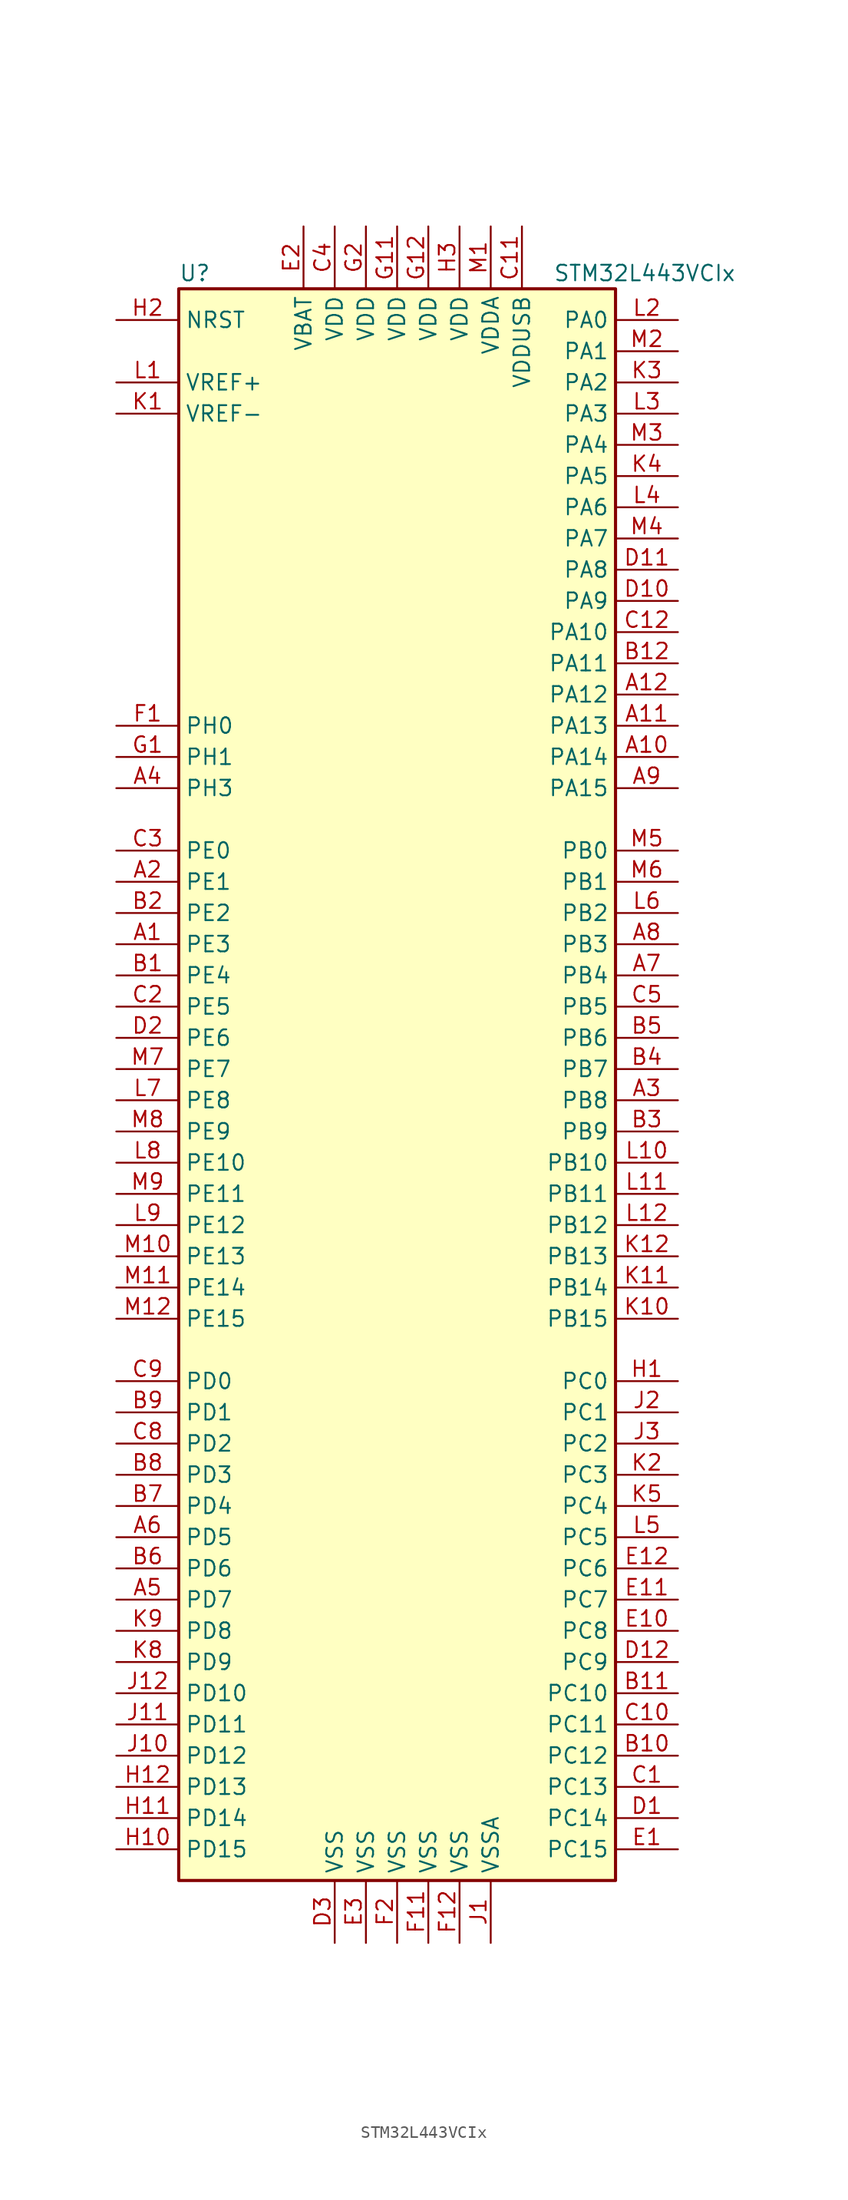
<source format=kicad_sym>
(kicad_symbol_lib
  (version 20201005)
  (generator kicad_symbol_editor)
  (symbol "STM32L443VCIx"
    (property "Reference" "U"
      (at -17.78 64.77 0)
      (effects (font (size 1.27 1.27)) (justify left)))
    (property "Value" "STM32L443VCIx"
      (at 12.7 64.77 0)
      (effects (font (size 1.27 1.27)) (justify left)))
    (symbol "STM32L443VCIx_0_1"
      (rectangle (start -17.78 -66.04) (end 17.78 63.5) (stroke (width 0.254)) (fill (type background))))
    (symbol "STM32L443VCIx_1_1"
      (pin input line (at -22.86 60.96 0) (length 5.08) (name "NRST" (effects (font (size 1.27 1.27)))) (number "H2" (effects (font (size 1.27 1.27)))))
      (pin bidirectional line (at 22.86 60.96 180) (length 5.08) (name "PA0" (effects (font (size 1.27 1.27)))) (number "L2" (effects (font (size 1.27 1.27)))))
      (pin bidirectional line (at 22.86 58.42 180) (length 5.08) (name "PA1" (effects (font (size 1.27 1.27)))) (number "M2" (effects (font (size 1.27 1.27)))))
      (pin bidirectional line (at 22.86 35.56 180) (length 5.08) (name "PA10" (effects (font (size 1.27 1.27)))) (number "C12" (effects (font (size 1.27 1.27)))))
      (pin bidirectional line (at 22.86 33.02 180) (length 5.08) (name "PA11" (effects (font (size 1.27 1.27)))) (number "B12" (effects (font (size 1.27 1.27)))))
      (pin bidirectional line (at 22.86 30.48 180) (length 5.08) (name "PA12" (effects (font (size 1.27 1.27)))) (number "A12" (effects (font (size 1.27 1.27)))))
      (pin bidirectional line (at 22.86 27.94 180) (length 5.08) (name "PA13" (effects (font (size 1.27 1.27)))) (number "A11" (effects (font (size 1.27 1.27)))))
      (pin bidirectional line (at 22.86 25.4 180) (length 5.08) (name "PA14" (effects (font (size 1.27 1.27)))) (number "A10" (effects (font (size 1.27 1.27)))))
      (pin bidirectional line (at 22.86 22.86 180) (length 5.08) (name "PA15" (effects (font (size 1.27 1.27)))) (number "A9" (effects (font (size 1.27 1.27)))))
      (pin bidirectional line (at 22.86 55.88 180) (length 5.08) (name "PA2" (effects (font (size 1.27 1.27)))) (number "K3" (effects (font (size 1.27 1.27)))))
      (pin bidirectional line (at 22.86 53.34 180) (length 5.08) (name "PA3" (effects (font (size 1.27 1.27)))) (number "L3" (effects (font (size 1.27 1.27)))))
      (pin bidirectional line (at 22.86 50.8 180) (length 5.08) (name "PA4" (effects (font (size 1.27 1.27)))) (number "M3" (effects (font (size 1.27 1.27)))))
      (pin bidirectional line (at 22.86 48.26 180) (length 5.08) (name "PA5" (effects (font (size 1.27 1.27)))) (number "K4" (effects (font (size 1.27 1.27)))))
      (pin bidirectional line (at 22.86 45.72 180) (length 5.08) (name "PA6" (effects (font (size 1.27 1.27)))) (number "L4" (effects (font (size 1.27 1.27)))))
      (pin bidirectional line (at 22.86 43.18 180) (length 5.08) (name "PA7" (effects (font (size 1.27 1.27)))) (number "M4" (effects (font (size 1.27 1.27)))))
      (pin bidirectional line (at 22.86 40.64 180) (length 5.08) (name "PA8" (effects (font (size 1.27 1.27)))) (number "D11" (effects (font (size 1.27 1.27)))))
      (pin bidirectional line (at 22.86 38.1 180) (length 5.08) (name "PA9" (effects (font (size 1.27 1.27)))) (number "D10" (effects (font (size 1.27 1.27)))))
      (pin bidirectional line (at 22.86 17.78 180) (length 5.08) (name "PB0" (effects (font (size 1.27 1.27)))) (number "M5" (effects (font (size 1.27 1.27)))))
      (pin bidirectional line (at 22.86 15.24 180) (length 5.08) (name "PB1" (effects (font (size 1.27 1.27)))) (number "M6" (effects (font (size 1.27 1.27)))))
      (pin bidirectional line (at 22.86 -7.62 180) (length 5.08) (name "PB10" (effects (font (size 1.27 1.27)))) (number "L10" (effects (font (size 1.27 1.27)))))
      (pin bidirectional line (at 22.86 -10.16 180) (length 5.08) (name "PB11" (effects (font (size 1.27 1.27)))) (number "L11" (effects (font (size 1.27 1.27)))))
      (pin bidirectional line (at 22.86 -12.7 180) (length 5.08) (name "PB12" (effects (font (size 1.27 1.27)))) (number "L12" (effects (font (size 1.27 1.27)))))
      (pin bidirectional line (at 22.86 -15.24 180) (length 5.08) (name "PB13" (effects (font (size 1.27 1.27)))) (number "K12" (effects (font (size 1.27 1.27)))))
      (pin bidirectional line (at 22.86 -17.78 180) (length 5.08) (name "PB14" (effects (font (size 1.27 1.27)))) (number "K11" (effects (font (size 1.27 1.27)))))
      (pin bidirectional line (at 22.86 -20.32 180) (length 5.08) (name "PB15" (effects (font (size 1.27 1.27)))) (number "K10" (effects (font (size 1.27 1.27)))))
      (pin bidirectional line (at 22.86 12.7 180) (length 5.08) (name "PB2" (effects (font (size 1.27 1.27)))) (number "L6" (effects (font (size 1.27 1.27)))))
      (pin bidirectional line (at 22.86 10.16 180) (length 5.08) (name "PB3" (effects (font (size 1.27 1.27)))) (number "A8" (effects (font (size 1.27 1.27)))))
      (pin bidirectional line (at 22.86 7.62 180) (length 5.08) (name "PB4" (effects (font (size 1.27 1.27)))) (number "A7" (effects (font (size 1.27 1.27)))))
      (pin bidirectional line (at 22.86 5.08 180) (length 5.08) (name "PB5" (effects (font (size 1.27 1.27)))) (number "C5" (effects (font (size 1.27 1.27)))))
      (pin bidirectional line (at 22.86 2.54 180) (length 5.08) (name "PB6" (effects (font (size 1.27 1.27)))) (number "B5" (effects (font (size 1.27 1.27)))))
      (pin bidirectional line (at 22.86 0 180) (length 5.08) (name "PB7" (effects (font (size 1.27 1.27)))) (number "B4" (effects (font (size 1.27 1.27)))))
      (pin bidirectional line (at 22.86 -2.54 180) (length 5.08) (name "PB8" (effects (font (size 1.27 1.27)))) (number "A3" (effects (font (size 1.27 1.27)))))
      (pin bidirectional line (at 22.86 -5.08 180) (length 5.08) (name "PB9" (effects (font (size 1.27 1.27)))) (number "B3" (effects (font (size 1.27 1.27)))))
      (pin bidirectional line (at 22.86 -25.4 180) (length 5.08) (name "PC0" (effects (font (size 1.27 1.27)))) (number "H1" (effects (font (size 1.27 1.27)))))
      (pin bidirectional line (at 22.86 -27.94 180) (length 5.08) (name "PC1" (effects (font (size 1.27 1.27)))) (number "J2" (effects (font (size 1.27 1.27)))))
      (pin bidirectional line (at 22.86 -50.8 180) (length 5.08) (name "PC10" (effects (font (size 1.27 1.27)))) (number "B11" (effects (font (size 1.27 1.27)))))
      (pin bidirectional line (at 22.86 -53.34 180) (length 5.08) (name "PC11" (effects (font (size 1.27 1.27)))) (number "C10" (effects (font (size 1.27 1.27)))))
      (pin bidirectional line (at 22.86 -55.88 180) (length 5.08) (name "PC12" (effects (font (size 1.27 1.27)))) (number "B10" (effects (font (size 1.27 1.27)))))
      (pin bidirectional line (at 22.86 -58.42 180) (length 5.08) (name "PC13" (effects (font (size 1.27 1.27)))) (number "C1" (effects (font (size 1.27 1.27)))))
      (pin bidirectional line (at 22.86 -60.96 180) (length 5.08) (name "PC14" (effects (font (size 1.27 1.27)))) (number "D1" (effects (font (size 1.27 1.27)))))
      (pin bidirectional line (at 22.86 -63.5 180) (length 5.08) (name "PC15" (effects (font (size 1.27 1.27)))) (number "E1" (effects (font (size 1.27 1.27)))))
      (pin bidirectional line (at 22.86 -30.48 180) (length 5.08) (name "PC2" (effects (font (size 1.27 1.27)))) (number "J3" (effects (font (size 1.27 1.27)))))
      (pin bidirectional line (at 22.86 -33.02 180) (length 5.08) (name "PC3" (effects (font (size 1.27 1.27)))) (number "K2" (effects (font (size 1.27 1.27)))))
      (pin bidirectional line (at 22.86 -35.56 180) (length 5.08) (name "PC4" (effects (font (size 1.27 1.27)))) (number "K5" (effects (font (size 1.27 1.27)))))
      (pin bidirectional line (at 22.86 -38.1 180) (length 5.08) (name "PC5" (effects (font (size 1.27 1.27)))) (number "L5" (effects (font (size 1.27 1.27)))))
      (pin bidirectional line (at 22.86 -40.64 180) (length 5.08) (name "PC6" (effects (font (size 1.27 1.27)))) (number "E12" (effects (font (size 1.27 1.27)))))
      (pin bidirectional line (at 22.86 -43.18 180) (length 5.08) (name "PC7" (effects (font (size 1.27 1.27)))) (number "E11" (effects (font (size 1.27 1.27)))))
      (pin bidirectional line (at 22.86 -45.72 180) (length 5.08) (name "PC8" (effects (font (size 1.27 1.27)))) (number "E10" (effects (font (size 1.27 1.27)))))
      (pin bidirectional line (at 22.86 -48.26 180) (length 5.08) (name "PC9" (effects (font (size 1.27 1.27)))) (number "D12" (effects (font (size 1.27 1.27)))))
      (pin bidirectional line (at -22.86 -25.4 0) (length 5.08) (name "PD0" (effects (font (size 1.27 1.27)))) (number "C9" (effects (font (size 1.27 1.27)))))
      (pin bidirectional line (at -22.86 -27.94 0) (length 5.08) (name "PD1" (effects (font (size 1.27 1.27)))) (number "B9" (effects (font (size 1.27 1.27)))))
      (pin bidirectional line (at -22.86 -50.8 0) (length 5.08) (name "PD10" (effects (font (size 1.27 1.27)))) (number "J12" (effects (font (size 1.27 1.27)))))
      (pin bidirectional line (at -22.86 -53.34 0) (length 5.08) (name "PD11" (effects (font (size 1.27 1.27)))) (number "J11" (effects (font (size 1.27 1.27)))))
      (pin bidirectional line (at -22.86 -55.88 0) (length 5.08) (name "PD12" (effects (font (size 1.27 1.27)))) (number "J10" (effects (font (size 1.27 1.27)))))
      (pin bidirectional line (at -22.86 -58.42 0) (length 5.08) (name "PD13" (effects (font (size 1.27 1.27)))) (number "H12" (effects (font (size 1.27 1.27)))))
      (pin bidirectional line (at -22.86 -60.96 0) (length 5.08) (name "PD14" (effects (font (size 1.27 1.27)))) (number "H11" (effects (font (size 1.27 1.27)))))
      (pin bidirectional line (at -22.86 -63.5 0) (length 5.08) (name "PD15" (effects (font (size 1.27 1.27)))) (number "H10" (effects (font (size 1.27 1.27)))))
      (pin bidirectional line (at -22.86 -30.48 0) (length 5.08) (name "PD2" (effects (font (size 1.27 1.27)))) (number "C8" (effects (font (size 1.27 1.27)))))
      (pin bidirectional line (at -22.86 -33.02 0) (length 5.08) (name "PD3" (effects (font (size 1.27 1.27)))) (number "B8" (effects (font (size 1.27 1.27)))))
      (pin bidirectional line (at -22.86 -35.56 0) (length 5.08) (name "PD4" (effects (font (size 1.27 1.27)))) (number "B7" (effects (font (size 1.27 1.27)))))
      (pin bidirectional line (at -22.86 -38.1 0) (length 5.08) (name "PD5" (effects (font (size 1.27 1.27)))) (number "A6" (effects (font (size 1.27 1.27)))))
      (pin bidirectional line (at -22.86 -40.64 0) (length 5.08) (name "PD6" (effects (font (size 1.27 1.27)))) (number "B6" (effects (font (size 1.27 1.27)))))
      (pin bidirectional line (at -22.86 -43.18 0) (length 5.08) (name "PD7" (effects (font (size 1.27 1.27)))) (number "A5" (effects (font (size 1.27 1.27)))))
      (pin bidirectional line (at -22.86 -45.72 0) (length 5.08) (name "PD8" (effects (font (size 1.27 1.27)))) (number "K9" (effects (font (size 1.27 1.27)))))
      (pin bidirectional line (at -22.86 -48.26 0) (length 5.08) (name "PD9" (effects (font (size 1.27 1.27)))) (number "K8" (effects (font (size 1.27 1.27)))))
      (pin bidirectional line (at -22.86 17.78 0) (length 5.08) (name "PE0" (effects (font (size 1.27 1.27)))) (number "C3" (effects (font (size 1.27 1.27)))))
      (pin bidirectional line (at -22.86 15.24 0) (length 5.08) (name "PE1" (effects (font (size 1.27 1.27)))) (number "A2" (effects (font (size 1.27 1.27)))))
      (pin bidirectional line (at -22.86 -7.62 0) (length 5.08) (name "PE10" (effects (font (size 1.27 1.27)))) (number "L8" (effects (font (size 1.27 1.27)))))
      (pin bidirectional line (at -22.86 -10.16 0) (length 5.08) (name "PE11" (effects (font (size 1.27 1.27)))) (number "M9" (effects (font (size 1.27 1.27)))))
      (pin bidirectional line (at -22.86 -12.7 0) (length 5.08) (name "PE12" (effects (font (size 1.27 1.27)))) (number "L9" (effects (font (size 1.27 1.27)))))
      (pin bidirectional line (at -22.86 -15.24 0) (length 5.08) (name "PE13" (effects (font (size 1.27 1.27)))) (number "M10" (effects (font (size 1.27 1.27)))))
      (pin bidirectional line (at -22.86 -17.78 0) (length 5.08) (name "PE14" (effects (font (size 1.27 1.27)))) (number "M11" (effects (font (size 1.27 1.27)))))
      (pin bidirectional line (at -22.86 -20.32 0) (length 5.08) (name "PE15" (effects (font (size 1.27 1.27)))) (number "M12" (effects (font (size 1.27 1.27)))))
      (pin bidirectional line (at -22.86 12.7 0) (length 5.08) (name "PE2" (effects (font (size 1.27 1.27)))) (number "B2" (effects (font (size 1.27 1.27)))))
      (pin bidirectional line (at -22.86 10.16 0) (length 5.08) (name "PE3" (effects (font (size 1.27 1.27)))) (number "A1" (effects (font (size 1.27 1.27)))))
      (pin bidirectional line (at -22.86 7.62 0) (length 5.08) (name "PE4" (effects (font (size 1.27 1.27)))) (number "B1" (effects (font (size 1.27 1.27)))))
      (pin bidirectional line (at -22.86 5.08 0) (length 5.08) (name "PE5" (effects (font (size 1.27 1.27)))) (number "C2" (effects (font (size 1.27 1.27)))))
      (pin bidirectional line (at -22.86 2.54 0) (length 5.08) (name "PE6" (effects (font (size 1.27 1.27)))) (number "D2" (effects (font (size 1.27 1.27)))))
      (pin bidirectional line (at -22.86 0 0) (length 5.08) (name "PE7" (effects (font (size 1.27 1.27)))) (number "M7" (effects (font (size 1.27 1.27)))))
      (pin bidirectional line (at -22.86 -2.54 0) (length 5.08) (name "PE8" (effects (font (size 1.27 1.27)))) (number "L7" (effects (font (size 1.27 1.27)))))
      (pin bidirectional line (at -22.86 -5.08 0) (length 5.08) (name "PE9" (effects (font (size 1.27 1.27)))) (number "M8" (effects (font (size 1.27 1.27)))))
      (pin input line (at -22.86 27.94 0) (length 5.08) (name "PH0" (effects (font (size 1.27 1.27)))) (number "F1" (effects (font (size 1.27 1.27)))))
      (pin input line (at -22.86 25.4 0) (length 5.08) (name "PH1" (effects (font (size 1.27 1.27)))) (number "G1" (effects (font (size 1.27 1.27)))))
      (pin bidirectional line (at -22.86 22.86 0) (length 5.08) (name "PH3" (effects (font (size 1.27 1.27)))) (number "A4" (effects (font (size 1.27 1.27)))))
      (pin power_in line (at -7.62 68.58 270) (length 5.08) (name "VBAT" (effects (font (size 1.27 1.27)))) (number "E2" (effects (font (size 1.27 1.27)))))
      (pin power_in line (at -5.08 68.58 270) (length 5.08) (name "VDD" (effects (font (size 1.27 1.27)))) (number "C4" (effects (font (size 1.27 1.27)))))
      (pin power_in line (at 0 68.58 270) (length 5.08) (name "VDD" (effects (font (size 1.27 1.27)))) (number "G11" (effects (font (size 1.27 1.27)))))
      (pin power_in line (at 2.54 68.58 270) (length 5.08) (name "VDD" (effects (font (size 1.27 1.27)))) (number "G12" (effects (font (size 1.27 1.27)))))
      (pin power_in line (at -2.54 68.58 270) (length 5.08) (name "VDD" (effects (font (size 1.27 1.27)))) (number "G2" (effects (font (size 1.27 1.27)))))
      (pin power_in line (at 5.08 68.58 270) (length 5.08) (name "VDD" (effects (font (size 1.27 1.27)))) (number "H3" (effects (font (size 1.27 1.27)))))
      (pin power_in line (at 7.62 68.58 270) (length 5.08) (name "VDDA" (effects (font (size 1.27 1.27)))) (number "M1" (effects (font (size 1.27 1.27)))))
      (pin power_in line (at 10.16 68.58 270) (length 5.08) (name "VDDUSB" (effects (font (size 1.27 1.27)))) (number "C11" (effects (font (size 1.27 1.27)))))
      (pin bidirectional line (at -22.86 55.88 0) (length 5.08) (name "VREF+" (effects (font (size 1.27 1.27)))) (number "L1" (effects (font (size 1.27 1.27)))))
      (pin power_in line (at -22.86 53.34 0) (length 5.08) (name "VREF-" (effects (font (size 1.27 1.27)))) (number "K1" (effects (font (size 1.27 1.27)))))
      (pin power_in line (at -5.08 -71.12 90) (length 5.08) (name "VSS" (effects (font (size 1.27 1.27)))) (number "D3" (effects (font (size 1.27 1.27)))))
      (pin power_in line (at -2.54 -71.12 90) (length 5.08) (name "VSS" (effects (font (size 1.27 1.27)))) (number "E3" (effects (font (size 1.27 1.27)))))
      (pin power_in line (at 2.54 -71.12 90) (length 5.08) (name "VSS" (effects (font (size 1.27 1.27)))) (number "F11" (effects (font (size 1.27 1.27)))))
      (pin power_in line (at 5.08 -71.12 90) (length 5.08) (name "VSS" (effects (font (size 1.27 1.27)))) (number "F12" (effects (font (size 1.27 1.27)))))
      (pin power_in line (at 0 -71.12 90) (length 5.08) (name "VSS" (effects (font (size 1.27 1.27)))) (number "F2" (effects (font (size 1.27 1.27)))))
      (pin power_in line (at 7.62 -71.12 90) (length 5.08) (name "VSSA" (effects (font (size 1.27 1.27)))) (number "J1" (effects (font (size 1.27 1.27))))))))
</source>
